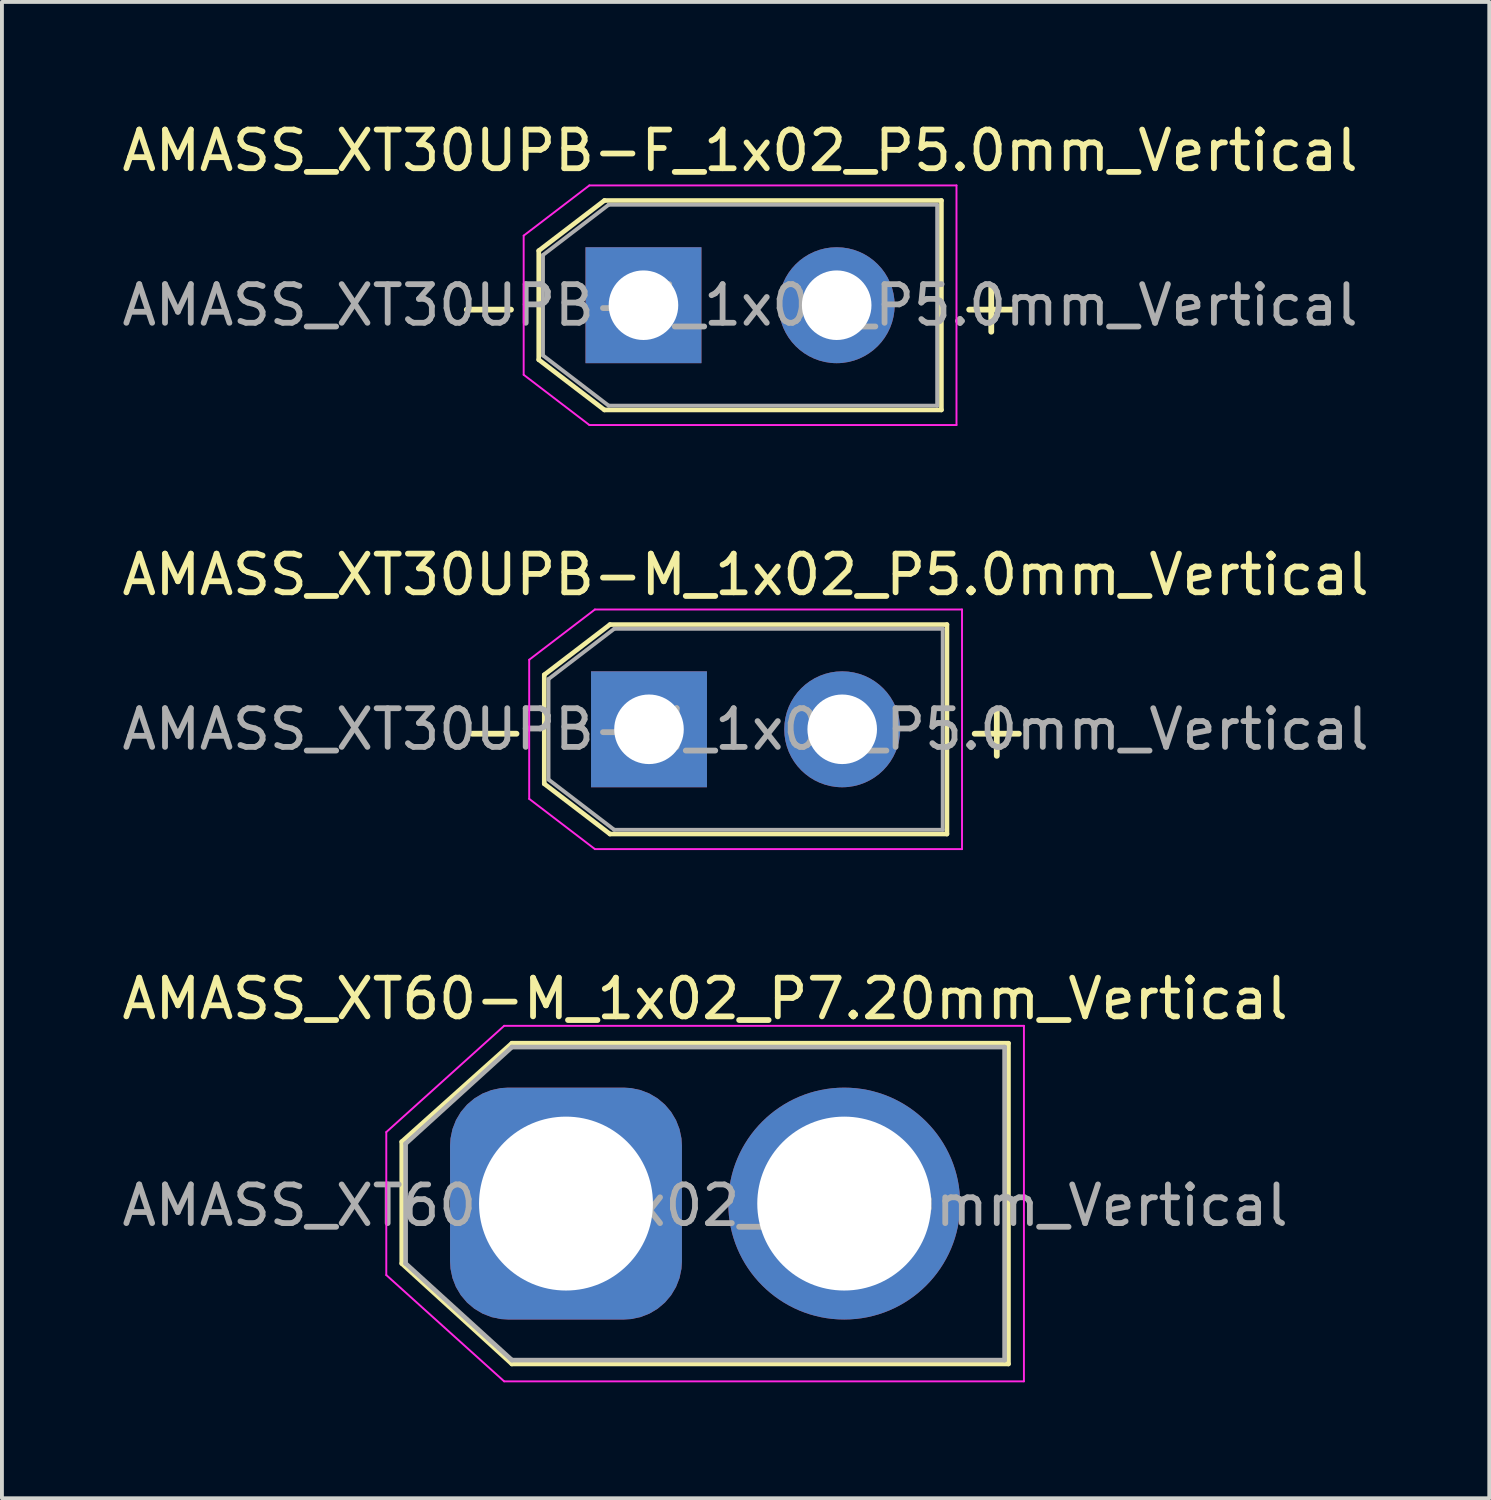
<source format=kicad_pcb>
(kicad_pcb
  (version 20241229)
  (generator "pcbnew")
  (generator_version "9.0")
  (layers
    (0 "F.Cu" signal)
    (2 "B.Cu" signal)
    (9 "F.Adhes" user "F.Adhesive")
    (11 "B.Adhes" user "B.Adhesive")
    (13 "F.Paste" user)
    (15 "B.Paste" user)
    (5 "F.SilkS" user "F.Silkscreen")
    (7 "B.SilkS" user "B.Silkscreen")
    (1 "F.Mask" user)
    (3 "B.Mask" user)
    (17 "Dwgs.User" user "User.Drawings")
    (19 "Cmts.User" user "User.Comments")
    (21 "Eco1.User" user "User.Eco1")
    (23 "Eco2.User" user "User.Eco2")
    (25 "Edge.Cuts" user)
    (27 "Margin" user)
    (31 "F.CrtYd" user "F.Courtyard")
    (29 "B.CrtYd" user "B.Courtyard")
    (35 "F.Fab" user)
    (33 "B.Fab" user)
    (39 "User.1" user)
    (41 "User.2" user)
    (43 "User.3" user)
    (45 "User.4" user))
  (footprint "AMASS_XT60-M_1x02_P7.20mm_Vertical"
    (layer "F.Cu")
    (at 11.596 28.095)
    (property "Reference" "AMASS_XT60-M_1x02_P7.20mm_Vertical" (at 3.6 -5.3 180) (layer "F.SilkS") (effects (font (size 1 1) (thickness 0.15))))
    (attr through_hole)
    (fp_line (start -4.25 -1.6) (end -4.25 1.55) (stroke (width 0.12) (type solid)) (layer "F.SilkS"))
    (fp_line (start -4.25 1.55) (end -1.4 4.15) (stroke (width 0.12) (type solid)) (layer "F.SilkS"))
    (fp_line (start -1.4 -4.15) (end -4.25 -1.6) (stroke (width 0.12) (type solid)) (layer "F.SilkS"))
    (fp_line (start -1.4 4.15) (end 11.45 4.15) (stroke (width 0.12) (type solid)) (layer "F.SilkS"))
    (fp_line (start 11.45 -4.15) (end -1.4 -4.15) (stroke (width 0.12) (type solid)) (layer "F.SilkS"))
    (fp_line (start 11.45 4.15) (end 11.45 -4.15) (stroke (width 0.12) (type solid)) (layer "F.SilkS"))
    (fp_line (start -4.65 -1.85) (end -1.6 -4.6) (stroke (width 0.05) (type solid)) (layer "F.CrtYd"))
    (fp_line (start -4.65 1.85) (end -4.65 -1.85) (stroke (width 0.05) (type solid)) (layer "F.CrtYd"))
    (fp_line (start -1.6 -4.6) (end 11.85 -4.6) (stroke (width 0.05) (type solid)) (layer "F.CrtYd"))
    (fp_line (start -1.6 4.6) (end -4.65 1.85) (stroke (width 0.05) (type solid)) (layer "F.CrtYd"))
    (fp_line (start 11.85 -4.6) (end 11.85 4.6) (stroke (width 0.05) (type solid)) (layer "F.CrtYd"))
    (fp_line (start 11.85 4.6) (end -1.6 4.6) (stroke (width 0.05) (type solid)) (layer "F.CrtYd"))
    (fp_line (start -4.15 -1.55) (end -4.15 1.55) (stroke (width 0.12) (type solid)) (layer "F.Fab"))
    (fp_line (start -4.15 1.55) (end -1.4 4.05) (stroke (width 0.12) (type solid)) (layer "F.Fab"))
    (fp_line (start -1.4 -4.05) (end -4.15 -1.55) (stroke (width 0.12) (type solid)) (layer "F.Fab"))
    (fp_line (start -1.4 4.05) (end 11.35 4.05) (stroke (width 0.12) (type solid)) (layer "F.Fab"))
    (fp_line (start 11.35 -4.05) (end -1.4 -4.05) (stroke (width 0.12) (type solid)) (layer "F.Fab"))
    (fp_line (start 11.35 4.05) (end 11.35 -4.05) (stroke (width 0.12) (type solid)) (layer "F.Fab"))
    (fp_text user "${REFERENCE}" (at 3.6 0.05 0) (layer "F.Fab") (effects (font (size 1 1) (thickness 0.15))))
    (pad "1" thru_hole roundrect (at 0 0) (size 6 6) (drill 4.5) (layers "*.Cu" "*.Mask") (roundrect_rratio 0.25))
    (pad "2" thru_hole circle (at 7.2 0) (size 6 6) (drill 4.5) (layers "*.Cu" "*.Mask")))
  (footprint "AMASS_XT30UPB-F_1x02_P5.0mm_Vertical"
    (layer "F.Cu")
    (at 13.601 4.848)
    (property "Reference" "AMASS_XT30UPB-F_1x02_P5.0mm_Vertical" (at 2.5 -4 0) (layer "F.SilkS") (effects (font (size 1 1) (thickness 0.15))))
    (attr through_hole)
    (fp_line (start -2.71 -1.41) (end -2.71 1.41) (stroke (width 0.12) (type solid)) (layer "F.SilkS"))
    (fp_line (start -2.71 -1.41) (end -1.01 -2.71) (stroke (width 0.12) (type solid)) (layer "F.SilkS"))
    (fp_line (start -2.71 1.41) (end -1.01 2.71) (stroke (width 0.12) (type solid)) (layer "F.SilkS"))
    (fp_line (start -1.01 -2.71) (end 7.71 -2.71) (stroke (width 0.12) (type solid)) (layer "F.SilkS"))
    (fp_line (start -1.01 2.71) (end 7.71 2.71) (stroke (width 0.12) (type solid)) (layer "F.SilkS"))
    (fp_line (start 7.71 -2.71) (end 7.71 2.71) (stroke (width 0.12) (type solid)) (layer "F.SilkS"))
    (fp_line (start -3.1 -1.8) (end -3.1 1.8) (stroke (width 0.05) (type solid)) (layer "F.CrtYd"))
    (fp_line (start -3.1 -1.8) (end -1.4 -3.1) (stroke (width 0.05) (type solid)) (layer "F.CrtYd"))
    (fp_line (start -3.1 1.8) (end -1.4 3.1) (stroke (width 0.05) (type solid)) (layer "F.CrtYd"))
    (fp_line (start -1.4 -3.1) (end 8.1 -3.1) (stroke (width 0.05) (type solid)) (layer "F.CrtYd"))
    (fp_line (start -1.4 3.1) (end 8.1 3.1) (stroke (width 0.05) (type solid)) (layer "F.CrtYd"))
    (fp_line (start 8.1 -3.1) (end 8.1 3.1) (stroke (width 0.05) (type solid)) (layer "F.CrtYd"))
    (fp_line (start -2.6 -1.3) (end -2.6 1.3) (stroke (width 0.1) (type solid)) (layer "F.Fab"))
    (fp_line (start -2.6 -1.3) (end -0.9 -2.6) (stroke (width 0.1) (type solid)) (layer "F.Fab"))
    (fp_line (start -2.6 1.3) (end -0.9 2.6) (stroke (width 0.1) (type solid)) (layer "F.Fab"))
    (fp_line (start -0.9 -2.6) (end 7.6 -2.6) (stroke (width 0.1) (type solid)) (layer "F.Fab"))
    (fp_line (start -0.9 2.6) (end 7.6 2.6) (stroke (width 0.1) (type solid)) (layer "F.Fab"))
    (fp_line (start 7.6 -2.6) (end 7.6 2.6) (stroke (width 0.1) (type solid)) (layer "F.Fab"))
    (fp_text user "-" (at -4 0 0) (layer "F.SilkS") (effects (font (size 1.5 1.5) (thickness 0.15))))
    (fp_text user "+" (at 9 0 0) (layer "F.SilkS") (effects (font (size 1.5 1.5) (thickness 0.15))))
    (fp_text user "${REFERENCE}" (at 2.5 0 0) (layer "F.Fab") (effects (font (size 1 1) (thickness 0.15))))
    (pad "1" thru_hole rect (at 0 0) (size 3 3) (drill 1.8) (layers "*.Cu" "*.Mask"))
    (pad "2" thru_hole circle (at 5 0) (size 3 3) (drill 1.8) (layers "*.Cu" "*.Mask")))
  (footprint "AMASS_XT30UPB-M_1x02_P5.0mm_Vertical"
    (layer "F.Cu")
    (at 13.744 15.822)
    (property "Reference" "AMASS_XT30UPB-M_1x02_P5.0mm_Vertical" (at 2.5 -4 0) (layer "F.SilkS") (effects (font (size 1 1) (thickness 0.15))))
    (attr through_hole)
    (fp_line (start -2.71 -1.41) (end -2.71 1.41) (stroke (width 0.12) (type solid)) (layer "F.SilkS"))
    (fp_line (start -2.71 -1.41) (end -1.01 -2.71) (stroke (width 0.12) (type solid)) (layer "F.SilkS"))
    (fp_line (start -2.71 1.41) (end -1.01 2.71) (stroke (width 0.12) (type solid)) (layer "F.SilkS"))
    (fp_line (start -1.01 -2.71) (end 7.71 -2.71) (stroke (width 0.12) (type solid)) (layer "F.SilkS"))
    (fp_line (start -1.01 2.71) (end 7.71 2.71) (stroke (width 0.12) (type solid)) (layer "F.SilkS"))
    (fp_line (start 7.71 -2.71) (end 7.71 2.71) (stroke (width 0.12) (type solid)) (layer "F.SilkS"))
    (fp_line (start -3.1 -1.8) (end -3.1 1.8) (stroke (width 0.05) (type solid)) (layer "F.CrtYd"))
    (fp_line (start -3.1 -1.8) (end -1.4 -3.1) (stroke (width 0.05) (type solid)) (layer "F.CrtYd"))
    (fp_line (start -3.1 1.8) (end -1.4 3.1) (stroke (width 0.05) (type solid)) (layer "F.CrtYd"))
    (fp_line (start -1.4 -3.1) (end 8.1 -3.1) (stroke (width 0.05) (type solid)) (layer "F.CrtYd"))
    (fp_line (start -1.4 3.1) (end 8.1 3.1) (stroke (width 0.05) (type solid)) (layer "F.CrtYd"))
    (fp_line (start 8.1 -3.1) (end 8.1 3.1) (stroke (width 0.05) (type solid)) (layer "F.CrtYd"))
    (fp_line (start -2.6 -1.3) (end -2.6 1.3) (stroke (width 0.1) (type solid)) (layer "F.Fab"))
    (fp_line (start -2.6 -1.3) (end -0.9 -2.6) (stroke (width 0.1) (type solid)) (layer "F.Fab"))
    (fp_line (start -2.6 1.3) (end -0.9 2.6) (stroke (width 0.1) (type solid)) (layer "F.Fab"))
    (fp_line (start -0.9 -2.6) (end 7.6 -2.6) (stroke (width 0.1) (type solid)) (layer "F.Fab"))
    (fp_line (start -0.9 2.6) (end 7.6 2.6) (stroke (width 0.1) (type solid)) (layer "F.Fab"))
    (fp_line (start 7.6 -2.6) (end 7.6 2.6) (stroke (width 0.1) (type solid)) (layer "F.Fab"))
    (fp_text user "-" (at -4 0 0) (layer "F.SilkS") (effects (font (size 1.5 1.5) (thickness 0.15))))
    (fp_text user "+" (at 9 0 0) (layer "F.SilkS") (effects (font (size 1.5 1.5) (thickness 0.15))))
    (fp_text user "${REFERENCE}" (at 2.5 0 0) (layer "F.Fab") (effects (font (size 1 1) (thickness 0.15))))
    (pad "1" thru_hole rect (at 0 0) (size 3 3) (drill 1.8) (layers "*.Cu" "*.Mask"))
    (pad "2" thru_hole circle (at 5 0) (size 3 3) (drill 1.8) (layers "*.Cu" "*.Mask")))
  (gr_rect
    (start -3 -3)
    (end 35.488 35.72)
    (stroke (width 0.1) (type default))
    (fill no)
    (layer "Edge.Cuts")))
</source>
